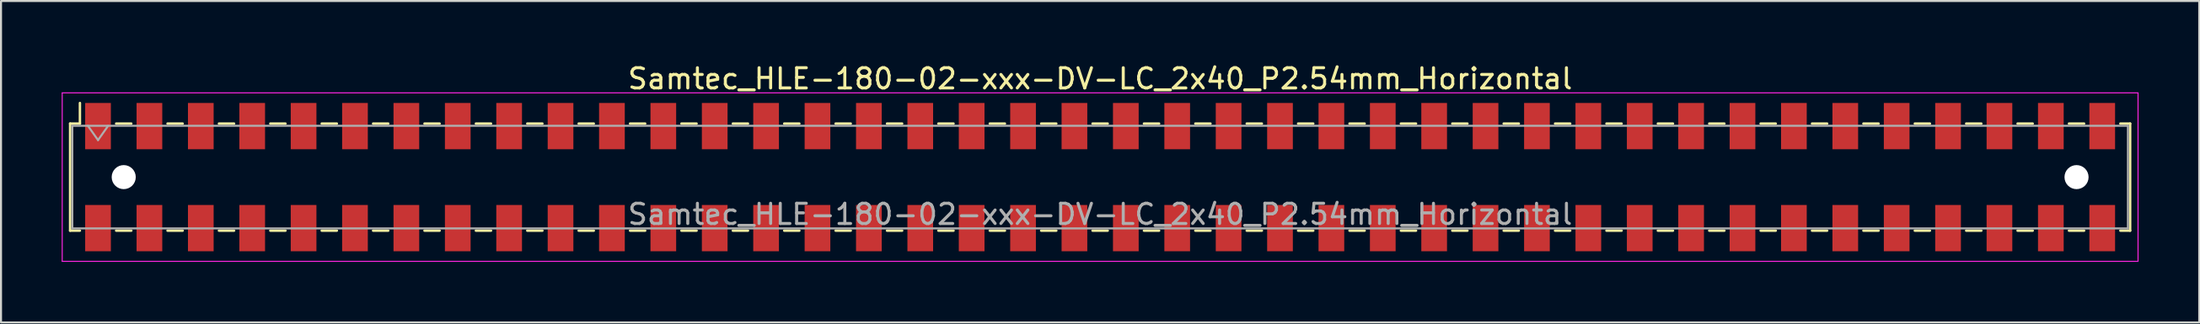
<source format=kicad_pcb>
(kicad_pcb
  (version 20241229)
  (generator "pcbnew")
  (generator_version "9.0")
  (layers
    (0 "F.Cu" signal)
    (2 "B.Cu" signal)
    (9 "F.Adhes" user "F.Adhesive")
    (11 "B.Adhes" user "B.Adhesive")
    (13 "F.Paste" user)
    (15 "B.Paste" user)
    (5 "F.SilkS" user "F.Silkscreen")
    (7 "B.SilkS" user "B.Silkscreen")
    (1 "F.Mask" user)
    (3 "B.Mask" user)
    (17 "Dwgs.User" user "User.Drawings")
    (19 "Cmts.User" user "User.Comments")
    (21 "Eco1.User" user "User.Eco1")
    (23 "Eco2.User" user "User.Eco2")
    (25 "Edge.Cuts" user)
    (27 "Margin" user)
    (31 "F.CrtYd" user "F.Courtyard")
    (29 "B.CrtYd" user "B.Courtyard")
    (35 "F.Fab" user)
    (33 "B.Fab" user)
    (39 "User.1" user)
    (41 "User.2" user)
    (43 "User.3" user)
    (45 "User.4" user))
  (footprint "Samtec_HLE-180-02-xxx-DV-LC_2x40_P2.54mm_Horizontal"
    (layer "F.Cu")
    (at 51.325 5.718)
    (property "Reference" "Samtec_HLE-180-02-xxx-DV-LC_2x40_P2.54mm_Horizontal" (at 0 -4.87 0) (layer "F.SilkS") (effects (font (size 1 1) (thickness 0.15))))
    (attr smd)
    (fp_line (start -50.91 -2.65) (end -50.91 2.65) (stroke (width 0.12) (type solid)) (layer "F.SilkS"))
    (fp_line (start -50.91 2.65) (end -50.425 2.65) (stroke (width 0.12) (type solid)) (layer "F.SilkS"))
    (fp_line (start -50.425 -3.67) (end -50.425 -2.65) (stroke (width 0.12) (type solid)) (layer "F.SilkS"))
    (fp_line (start -50.425 -2.65) (end -50.91 -2.65) (stroke (width 0.12) (type solid)) (layer "F.SilkS"))
    (fp_line (start -48.635 -2.65) (end -47.885 -2.65) (stroke (width 0.12) (type solid)) (layer "F.SilkS"))
    (fp_line (start -48.635 2.65) (end -47.885 2.65) (stroke (width 0.12) (type solid)) (layer "F.SilkS"))
    (fp_line (start -46.095 -2.65) (end -45.345 -2.65) (stroke (width 0.12) (type solid)) (layer "F.SilkS"))
    (fp_line (start -46.095 2.65) (end -45.345 2.65) (stroke (width 0.12) (type solid)) (layer "F.SilkS"))
    (fp_line (start -43.555 -2.65) (end -42.805 -2.65) (stroke (width 0.12) (type solid)) (layer "F.SilkS"))
    (fp_line (start -43.555 2.65) (end -42.805 2.65) (stroke (width 0.12) (type solid)) (layer "F.SilkS"))
    (fp_line (start -41.015 -2.65) (end -40.265 -2.65) (stroke (width 0.12) (type solid)) (layer "F.SilkS"))
    (fp_line (start -41.015 2.65) (end -40.265 2.65) (stroke (width 0.12) (type solid)) (layer "F.SilkS"))
    (fp_line (start -38.475 -2.65) (end -37.725 -2.65) (stroke (width 0.12) (type solid)) (layer "F.SilkS"))
    (fp_line (start -38.475 2.65) (end -37.725 2.65) (stroke (width 0.12) (type solid)) (layer "F.SilkS"))
    (fp_line (start -35.935 -2.65) (end -35.185 -2.65) (stroke (width 0.12) (type solid)) (layer "F.SilkS"))
    (fp_line (start -35.935 2.65) (end -35.185 2.65) (stroke (width 0.12) (type solid)) (layer "F.SilkS"))
    (fp_line (start -33.395 -2.65) (end -32.645 -2.65) (stroke (width 0.12) (type solid)) (layer "F.SilkS"))
    (fp_line (start -33.395 2.65) (end -32.645 2.65) (stroke (width 0.12) (type solid)) (layer "F.SilkS"))
    (fp_line (start -30.855 -2.65) (end -30.105 -2.65) (stroke (width 0.12) (type solid)) (layer "F.SilkS"))
    (fp_line (start -30.855 2.65) (end -30.105 2.65) (stroke (width 0.12) (type solid)) (layer "F.SilkS"))
    (fp_line (start -28.315 -2.65) (end -27.565 -2.65) (stroke (width 0.12) (type solid)) (layer "F.SilkS"))
    (fp_line (start -28.315 2.65) (end -27.565 2.65) (stroke (width 0.12) (type solid)) (layer "F.SilkS"))
    (fp_line (start -25.775 -2.65) (end -25.025 -2.65) (stroke (width 0.12) (type solid)) (layer "F.SilkS"))
    (fp_line (start -25.775 2.65) (end -25.025 2.65) (stroke (width 0.12) (type solid)) (layer "F.SilkS"))
    (fp_line (start -23.235 -2.65) (end -22.485 -2.65) (stroke (width 0.12) (type solid)) (layer "F.SilkS"))
    (fp_line (start -23.235 2.65) (end -22.485 2.65) (stroke (width 0.12) (type solid)) (layer "F.SilkS"))
    (fp_line (start -20.695 -2.65) (end -19.945 -2.65) (stroke (width 0.12) (type solid)) (layer "F.SilkS"))
    (fp_line (start -20.695 2.65) (end -19.945 2.65) (stroke (width 0.12) (type solid)) (layer "F.SilkS"))
    (fp_line (start -18.155 -2.65) (end -17.405 -2.65) (stroke (width 0.12) (type solid)) (layer "F.SilkS"))
    (fp_line (start -18.155 2.65) (end -17.405 2.65) (stroke (width 0.12) (type solid)) (layer "F.SilkS"))
    (fp_line (start -15.615 -2.65) (end -14.865 -2.65) (stroke (width 0.12) (type solid)) (layer "F.SilkS"))
    (fp_line (start -15.615 2.65) (end -14.865 2.65) (stroke (width 0.12) (type solid)) (layer "F.SilkS"))
    (fp_line (start -13.075 -2.65) (end -12.325 -2.65) (stroke (width 0.12) (type solid)) (layer "F.SilkS"))
    (fp_line (start -13.075 2.65) (end -12.325 2.65) (stroke (width 0.12) (type solid)) (layer "F.SilkS"))
    (fp_line (start -10.535 -2.65) (end -9.785 -2.65) (stroke (width 0.12) (type solid)) (layer "F.SilkS"))
    (fp_line (start -10.535 2.65) (end -9.785 2.65) (stroke (width 0.12) (type solid)) (layer "F.SilkS"))
    (fp_line (start -7.995 -2.65) (end -7.245 -2.65) (stroke (width 0.12) (type solid)) (layer "F.SilkS"))
    (fp_line (start -7.995 2.65) (end -7.245 2.65) (stroke (width 0.12) (type solid)) (layer "F.SilkS"))
    (fp_line (start -5.455 -2.65) (end -4.705 -2.65) (stroke (width 0.12) (type solid)) (layer "F.SilkS"))
    (fp_line (start -5.455 2.65) (end -4.705 2.65) (stroke (width 0.12) (type solid)) (layer "F.SilkS"))
    (fp_line (start -2.915 -2.65) (end -2.165 -2.65) (stroke (width 0.12) (type solid)) (layer "F.SilkS"))
    (fp_line (start -2.915 2.65) (end -2.165 2.65) (stroke (width 0.12) (type solid)) (layer "F.SilkS"))
    (fp_line (start -0.375 -2.65) (end 0.375 -2.65) (stroke (width 0.12) (type solid)) (layer "F.SilkS"))
    (fp_line (start -0.375 2.65) (end 0.375 2.65) (stroke (width 0.12) (type solid)) (layer "F.SilkS"))
    (fp_line (start 2.165 -2.65) (end 2.915 -2.65) (stroke (width 0.12) (type solid)) (layer "F.SilkS"))
    (fp_line (start 2.165 2.65) (end 2.915 2.65) (stroke (width 0.12) (type solid)) (layer "F.SilkS"))
    (fp_line (start 4.705 -2.65) (end 5.455 -2.65) (stroke (width 0.12) (type solid)) (layer "F.SilkS"))
    (fp_line (start 4.705 2.65) (end 5.455 2.65) (stroke (width 0.12) (type solid)) (layer "F.SilkS"))
    (fp_line (start 7.245 -2.65) (end 7.995 -2.65) (stroke (width 0.12) (type solid)) (layer "F.SilkS"))
    (fp_line (start 7.245 2.65) (end 7.995 2.65) (stroke (width 0.12) (type solid)) (layer "F.SilkS"))
    (fp_line (start 9.785 -2.65) (end 10.535 -2.65) (stroke (width 0.12) (type solid)) (layer "F.SilkS"))
    (fp_line (start 9.785 2.65) (end 10.535 2.65) (stroke (width 0.12) (type solid)) (layer "F.SilkS"))
    (fp_line (start 12.325 -2.65) (end 13.075 -2.65) (stroke (width 0.12) (type solid)) (layer "F.SilkS"))
    (fp_line (start 12.325 2.65) (end 13.075 2.65) (stroke (width 0.12) (type solid)) (layer "F.SilkS"))
    (fp_line (start 14.865 -2.65) (end 15.615 -2.65) (stroke (width 0.12) (type solid)) (layer "F.SilkS"))
    (fp_line (start 14.865 2.65) (end 15.615 2.65) (stroke (width 0.12) (type solid)) (layer "F.SilkS"))
    (fp_line (start 17.405 -2.65) (end 18.155 -2.65) (stroke (width 0.12) (type solid)) (layer "F.SilkS"))
    (fp_line (start 17.405 2.65) (end 18.155 2.65) (stroke (width 0.12) (type solid)) (layer "F.SilkS"))
    (fp_line (start 19.945 -2.65) (end 20.695 -2.65) (stroke (width 0.12) (type solid)) (layer "F.SilkS"))
    (fp_line (start 19.945 2.65) (end 20.695 2.65) (stroke (width 0.12) (type solid)) (layer "F.SilkS"))
    (fp_line (start 22.485 -2.65) (end 23.235 -2.65) (stroke (width 0.12) (type solid)) (layer "F.SilkS"))
    (fp_line (start 22.485 2.65) (end 23.235 2.65) (stroke (width 0.12) (type solid)) (layer "F.SilkS"))
    (fp_line (start 25.025 -2.65) (end 25.775 -2.65) (stroke (width 0.12) (type solid)) (layer "F.SilkS"))
    (fp_line (start 25.025 2.65) (end 25.775 2.65) (stroke (width 0.12) (type solid)) (layer "F.SilkS"))
    (fp_line (start 27.565 -2.65) (end 28.315 -2.65) (stroke (width 0.12) (type solid)) (layer "F.SilkS"))
    (fp_line (start 27.565 2.65) (end 28.315 2.65) (stroke (width 0.12) (type solid)) (layer "F.SilkS"))
    (fp_line (start 30.105 -2.65) (end 30.855 -2.65) (stroke (width 0.12) (type solid)) (layer "F.SilkS"))
    (fp_line (start 30.105 2.65) (end 30.855 2.65) (stroke (width 0.12) (type solid)) (layer "F.SilkS"))
    (fp_line (start 32.645 -2.65) (end 33.395 -2.65) (stroke (width 0.12) (type solid)) (layer "F.SilkS"))
    (fp_line (start 32.645 2.65) (end 33.395 2.65) (stroke (width 0.12) (type solid)) (layer "F.SilkS"))
    (fp_line (start 35.185 -2.65) (end 35.935 -2.65) (stroke (width 0.12) (type solid)) (layer "F.SilkS"))
    (fp_line (start 35.185 2.65) (end 35.935 2.65) (stroke (width 0.12) (type solid)) (layer "F.SilkS"))
    (fp_line (start 37.725 -2.65) (end 38.475 -2.65) (stroke (width 0.12) (type solid)) (layer "F.SilkS"))
    (fp_line (start 37.725 2.65) (end 38.475 2.65) (stroke (width 0.12) (type solid)) (layer "F.SilkS"))
    (fp_line (start 40.265 -2.65) (end 41.015 -2.65) (stroke (width 0.12) (type solid)) (layer "F.SilkS"))
    (fp_line (start 40.265 2.65) (end 41.015 2.65) (stroke (width 0.12) (type solid)) (layer "F.SilkS"))
    (fp_line (start 42.805 -2.65) (end 43.555 -2.65) (stroke (width 0.12) (type solid)) (layer "F.SilkS"))
    (fp_line (start 42.805 2.65) (end 43.555 2.65) (stroke (width 0.12) (type solid)) (layer "F.SilkS"))
    (fp_line (start 45.345 -2.65) (end 46.095 -2.65) (stroke (width 0.12) (type solid)) (layer "F.SilkS"))
    (fp_line (start 45.345 2.65) (end 46.095 2.65) (stroke (width 0.12) (type solid)) (layer "F.SilkS"))
    (fp_line (start 47.885 -2.65) (end 48.635 -2.65) (stroke (width 0.12) (type solid)) (layer "F.SilkS"))
    (fp_line (start 47.885 2.65) (end 48.635 2.65) (stroke (width 0.12) (type solid)) (layer "F.SilkS"))
    (fp_line (start 50.425 -2.65) (end 50.91 -2.65) (stroke (width 0.12) (type solid)) (layer "F.SilkS"))
    (fp_line (start 50.91 -2.65) (end 50.91 2.65) (stroke (width 0.12) (type solid)) (layer "F.SilkS"))
    (fp_line (start 50.91 2.65) (end 50.425 2.65) (stroke (width 0.12) (type solid)) (layer "F.SilkS"))
    (fp_line (start -51.3 -4.17) (end 51.3 -4.17) (stroke (width 0.05) (type solid)) (layer "F.CrtYd"))
    (fp_line (start -51.3 4.17) (end -51.3 -4.17) (stroke (width 0.05) (type solid)) (layer "F.CrtYd"))
    (fp_line (start 51.3 -4.17) (end 51.3 4.17) (stroke (width 0.05) (type solid)) (layer "F.CrtYd"))
    (fp_line (start 51.3 4.17) (end -51.3 4.17) (stroke (width 0.05) (type solid)) (layer "F.CrtYd"))
    (fp_line (start -50.8 -2.54) (end 50.8 -2.54) (stroke (width 0.1) (type solid)) (layer "F.Fab"))
    (fp_line (start -50.8 2.54) (end -50.8 -2.54) (stroke (width 0.1) (type solid)) (layer "F.Fab"))
    (fp_line (start -50.03 -2.54) (end -49.53 -1.833) (stroke (width 0.1) (type solid)) (layer "F.Fab"))
    (fp_line (start -49.53 -1.833) (end -49.03 -2.54) (stroke (width 0.1) (type solid)) (layer "F.Fab"))
    (fp_line (start 50.8 -2.54) (end 50.8 2.54) (stroke (width 0.1) (type solid)) (layer "F.Fab"))
    (fp_line (start 50.8 2.54) (end -50.8 2.54) (stroke (width 0.1) (type solid)) (layer "F.Fab"))
    (fp_text user "${REFERENCE}" (at 0 1.84 0) (layer "F.Fab") (effects (font (size 1 1) (thickness 0.15))))
    (pad "" np_thru_hole circle (at -48.26 0) (size 1.19 1.19) (drill 1.19) (layers "*.Cu" "*.Mask"))
    (pad "" np_thru_hole circle (at 48.26 0) (size 1.19 1.19) (drill 1.19) (layers "*.Cu" "*.Mask"))
    (pad "1" smd rect (at -49.53 -2.525) (size 1.27 2.29) (layers "F.Cu" "F.Mask" "F.Paste"))
    (pad "2" smd rect (at -49.53 2.525) (size 1.27 2.29) (layers "F.Cu" "F.Mask" "F.Paste"))
    (pad "3" smd rect (at -46.99 -2.525) (size 1.27 2.29) (layers "F.Cu" "F.Mask" "F.Paste"))
    (pad "4" smd rect (at -46.99 2.525) (size 1.27 2.29) (layers "F.Cu" "F.Mask" "F.Paste"))
    (pad "5" smd rect (at -44.45 -2.525) (size 1.27 2.29) (layers "F.Cu" "F.Mask" "F.Paste"))
    (pad "6" smd rect (at -44.45 2.525) (size 1.27 2.29) (layers "F.Cu" "F.Mask" "F.Paste"))
    (pad "7" smd rect (at -41.91 -2.525) (size 1.27 2.29) (layers "F.Cu" "F.Mask" "F.Paste"))
    (pad "8" smd rect (at -41.91 2.525) (size 1.27 2.29) (layers "F.Cu" "F.Mask" "F.Paste"))
    (pad "9" smd rect (at -39.37 -2.525) (size 1.27 2.29) (layers "F.Cu" "F.Mask" "F.Paste"))
    (pad "10" smd rect (at -39.37 2.525) (size 1.27 2.29) (layers "F.Cu" "F.Mask" "F.Paste"))
    (pad "11" smd rect (at -36.83 -2.525) (size 1.27 2.29) (layers "F.Cu" "F.Mask" "F.Paste"))
    (pad "12" smd rect (at -36.83 2.525) (size 1.27 2.29) (layers "F.Cu" "F.Mask" "F.Paste"))
    (pad "13" smd rect (at -34.29 -2.525) (size 1.27 2.29) (layers "F.Cu" "F.Mask" "F.Paste"))
    (pad "14" smd rect (at -34.29 2.525) (size 1.27 2.29) (layers "F.Cu" "F.Mask" "F.Paste"))
    (pad "15" smd rect (at -31.75 -2.525) (size 1.27 2.29) (layers "F.Cu" "F.Mask" "F.Paste"))
    (pad "16" smd rect (at -31.75 2.525) (size 1.27 2.29) (layers "F.Cu" "F.Mask" "F.Paste"))
    (pad "17" smd rect (at -29.21 -2.525) (size 1.27 2.29) (layers "F.Cu" "F.Mask" "F.Paste"))
    (pad "18" smd rect (at -29.21 2.525) (size 1.27 2.29) (layers "F.Cu" "F.Mask" "F.Paste"))
    (pad "19" smd rect (at -26.67 -2.525) (size 1.27 2.29) (layers "F.Cu" "F.Mask" "F.Paste"))
    (pad "20" smd rect (at -26.67 2.525) (size 1.27 2.29) (layers "F.Cu" "F.Mask" "F.Paste"))
    (pad "21" smd rect (at -24.13 -2.525) (size 1.27 2.29) (layers "F.Cu" "F.Mask" "F.Paste"))
    (pad "22" smd rect (at -24.13 2.525) (size 1.27 2.29) (layers "F.Cu" "F.Mask" "F.Paste"))
    (pad "23" smd rect (at -21.59 -2.525) (size 1.27 2.29) (layers "F.Cu" "F.Mask" "F.Paste"))
    (pad "24" smd rect (at -21.59 2.525) (size 1.27 2.29) (layers "F.Cu" "F.Mask" "F.Paste"))
    (pad "25" smd rect (at -19.05 -2.525) (size 1.27 2.29) (layers "F.Cu" "F.Mask" "F.Paste"))
    (pad "26" smd rect (at -19.05 2.525) (size 1.27 2.29) (layers "F.Cu" "F.Mask" "F.Paste"))
    (pad "27" smd rect (at -16.51 -2.525) (size 1.27 2.29) (layers "F.Cu" "F.Mask" "F.Paste"))
    (pad "28" smd rect (at -16.51 2.525) (size 1.27 2.29) (layers "F.Cu" "F.Mask" "F.Paste"))
    (pad "29" smd rect (at -13.97 -2.525) (size 1.27 2.29) (layers "F.Cu" "F.Mask" "F.Paste"))
    (pad "30" smd rect (at -13.97 2.525) (size 1.27 2.29) (layers "F.Cu" "F.Mask" "F.Paste"))
    (pad "31" smd rect (at -11.43 -2.525) (size 1.27 2.29) (layers "F.Cu" "F.Mask" "F.Paste"))
    (pad "32" smd rect (at -11.43 2.525) (size 1.27 2.29) (layers "F.Cu" "F.Mask" "F.Paste"))
    (pad "33" smd rect (at -8.89 -2.525) (size 1.27 2.29) (layers "F.Cu" "F.Mask" "F.Paste"))
    (pad "34" smd rect (at -8.89 2.525) (size 1.27 2.29) (layers "F.Cu" "F.Mask" "F.Paste"))
    (pad "35" smd rect (at -6.35 -2.525) (size 1.27 2.29) (layers "F.Cu" "F.Mask" "F.Paste"))
    (pad "36" smd rect (at -6.35 2.525) (size 1.27 2.29) (layers "F.Cu" "F.Mask" "F.Paste"))
    (pad "37" smd rect (at -3.81 -2.525) (size 1.27 2.29) (layers "F.Cu" "F.Mask" "F.Paste"))
    (pad "38" smd rect (at -3.81 2.525) (size 1.27 2.29) (layers "F.Cu" "F.Mask" "F.Paste"))
    (pad "39" smd rect (at -1.27 -2.525) (size 1.27 2.29) (layers "F.Cu" "F.Mask" "F.Paste"))
    (pad "40" smd rect (at -1.27 2.525) (size 1.27 2.29) (layers "F.Cu" "F.Mask" "F.Paste"))
    (pad "41" smd rect (at 1.27 -2.525) (size 1.27 2.29) (layers "F.Cu" "F.Mask" "F.Paste"))
    (pad "42" smd rect (at 1.27 2.525) (size 1.27 2.29) (layers "F.Cu" "F.Mask" "F.Paste"))
    (pad "43" smd rect (at 3.81 -2.525) (size 1.27 2.29) (layers "F.Cu" "F.Mask" "F.Paste"))
    (pad "44" smd rect (at 3.81 2.525) (size 1.27 2.29) (layers "F.Cu" "F.Mask" "F.Paste"))
    (pad "45" smd rect (at 6.35 -2.525) (size 1.27 2.29) (layers "F.Cu" "F.Mask" "F.Paste"))
    (pad "46" smd rect (at 6.35 2.525) (size 1.27 2.29) (layers "F.Cu" "F.Mask" "F.Paste"))
    (pad "47" smd rect (at 8.89 -2.525) (size 1.27 2.29) (layers "F.Cu" "F.Mask" "F.Paste"))
    (pad "48" smd rect (at 8.89 2.525) (size 1.27 2.29) (layers "F.Cu" "F.Mask" "F.Paste"))
    (pad "49" smd rect (at 11.43 -2.525) (size 1.27 2.29) (layers "F.Cu" "F.Mask" "F.Paste"))
    (pad "50" smd rect (at 11.43 2.525) (size 1.27 2.29) (layers "F.Cu" "F.Mask" "F.Paste"))
    (pad "51" smd rect (at 13.97 -2.525) (size 1.27 2.29) (layers "F.Cu" "F.Mask" "F.Paste"))
    (pad "52" smd rect (at 13.97 2.525) (size 1.27 2.29) (layers "F.Cu" "F.Mask" "F.Paste"))
    (pad "53" smd rect (at 16.51 -2.525) (size 1.27 2.29) (layers "F.Cu" "F.Mask" "F.Paste"))
    (pad "54" smd rect (at 16.51 2.525) (size 1.27 2.29) (layers "F.Cu" "F.Mask" "F.Paste"))
    (pad "55" smd rect (at 19.05 -2.525) (size 1.27 2.29) (layers "F.Cu" "F.Mask" "F.Paste"))
    (pad "56" smd rect (at 19.05 2.525) (size 1.27 2.29) (layers "F.Cu" "F.Mask" "F.Paste"))
    (pad "57" smd rect (at 21.59 -2.525) (size 1.27 2.29) (layers "F.Cu" "F.Mask" "F.Paste"))
    (pad "58" smd rect (at 21.59 2.525) (size 1.27 2.29) (layers "F.Cu" "F.Mask" "F.Paste"))
    (pad "59" smd rect (at 24.13 -2.525) (size 1.27 2.29) (layers "F.Cu" "F.Mask" "F.Paste"))
    (pad "60" smd rect (at 24.13 2.525) (size 1.27 2.29) (layers "F.Cu" "F.Mask" "F.Paste"))
    (pad "61" smd rect (at 26.67 -2.525) (size 1.27 2.29) (layers "F.Cu" "F.Mask" "F.Paste"))
    (pad "62" smd rect (at 26.67 2.525) (size 1.27 2.29) (layers "F.Cu" "F.Mask" "F.Paste"))
    (pad "63" smd rect (at 29.21 -2.525) (size 1.27 2.29) (layers "F.Cu" "F.Mask" "F.Paste"))
    (pad "64" smd rect (at 29.21 2.525) (size 1.27 2.29) (layers "F.Cu" "F.Mask" "F.Paste"))
    (pad "65" smd rect (at 31.75 -2.525) (size 1.27 2.29) (layers "F.Cu" "F.Mask" "F.Paste"))
    (pad "66" smd rect (at 31.75 2.525) (size 1.27 2.29) (layers "F.Cu" "F.Mask" "F.Paste"))
    (pad "67" smd rect (at 34.29 -2.525) (size 1.27 2.29) (layers "F.Cu" "F.Mask" "F.Paste"))
    (pad "68" smd rect (at 34.29 2.525) (size 1.27 2.29) (layers "F.Cu" "F.Mask" "F.Paste"))
    (pad "69" smd rect (at 36.83 -2.525) (size 1.27 2.29) (layers "F.Cu" "F.Mask" "F.Paste"))
    (pad "70" smd rect (at 36.83 2.525) (size 1.27 2.29) (layers "F.Cu" "F.Mask" "F.Paste"))
    (pad "71" smd rect (at 39.37 -2.525) (size 1.27 2.29) (layers "F.Cu" "F.Mask" "F.Paste"))
    (pad "72" smd rect (at 39.37 2.525) (size 1.27 2.29) (layers "F.Cu" "F.Mask" "F.Paste"))
    (pad "73" smd rect (at 41.91 -2.525) (size 1.27 2.29) (layers "F.Cu" "F.Mask" "F.Paste"))
    (pad "74" smd rect (at 41.91 2.525) (size 1.27 2.29) (layers "F.Cu" "F.Mask" "F.Paste"))
    (pad "75" smd rect (at 44.45 -2.525) (size 1.27 2.29) (layers "F.Cu" "F.Mask" "F.Paste"))
    (pad "76" smd rect (at 44.45 2.525) (size 1.27 2.29) (layers "F.Cu" "F.Mask" "F.Paste"))
    (pad "77" smd rect (at 46.99 -2.525) (size 1.27 2.29) (layers "F.Cu" "F.Mask" "F.Paste"))
    (pad "78" smd rect (at 46.99 2.525) (size 1.27 2.29) (layers "F.Cu" "F.Mask" "F.Paste"))
    (pad "79" smd rect (at 49.53 -2.525) (size 1.27 2.29) (layers "F.Cu" "F.Mask" "F.Paste"))
    (pad "80" smd rect (at 49.53 2.525) (size 1.27 2.29) (layers "F.Cu" "F.Mask" "F.Paste")))
  (gr_rect
    (start -3 -3)
    (end 105.65 12.913)
    (stroke (width 0.1) (type default))
    (fill no)
    (layer "Edge.Cuts")))
</source>
